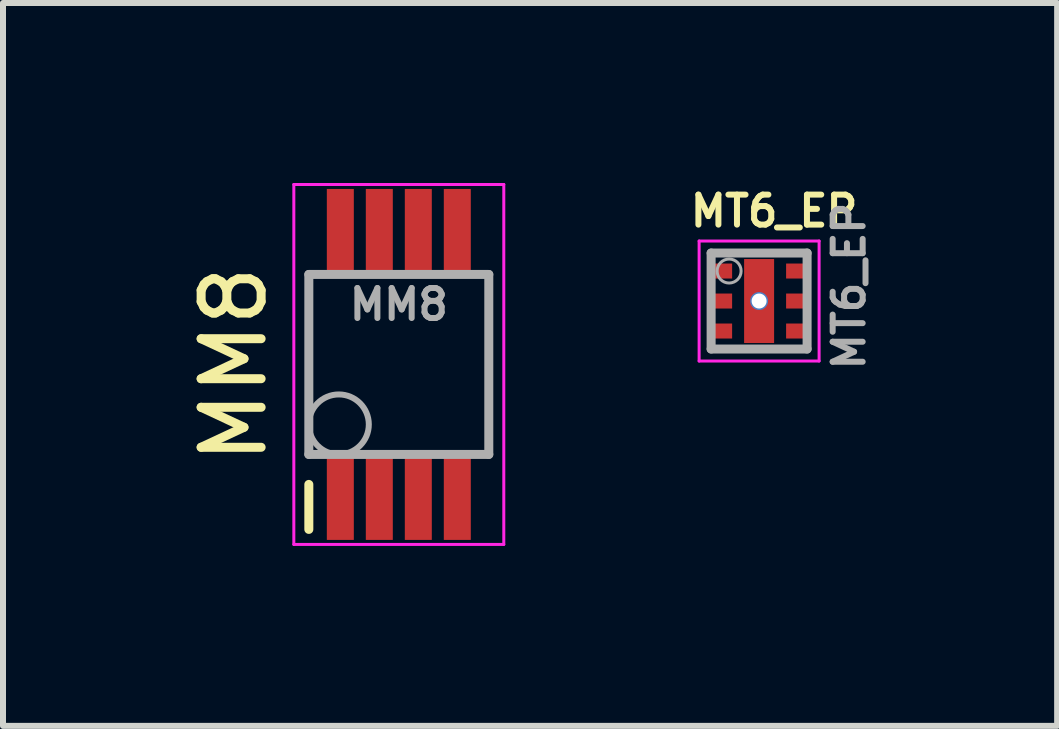
<source format=kicad_pcb>
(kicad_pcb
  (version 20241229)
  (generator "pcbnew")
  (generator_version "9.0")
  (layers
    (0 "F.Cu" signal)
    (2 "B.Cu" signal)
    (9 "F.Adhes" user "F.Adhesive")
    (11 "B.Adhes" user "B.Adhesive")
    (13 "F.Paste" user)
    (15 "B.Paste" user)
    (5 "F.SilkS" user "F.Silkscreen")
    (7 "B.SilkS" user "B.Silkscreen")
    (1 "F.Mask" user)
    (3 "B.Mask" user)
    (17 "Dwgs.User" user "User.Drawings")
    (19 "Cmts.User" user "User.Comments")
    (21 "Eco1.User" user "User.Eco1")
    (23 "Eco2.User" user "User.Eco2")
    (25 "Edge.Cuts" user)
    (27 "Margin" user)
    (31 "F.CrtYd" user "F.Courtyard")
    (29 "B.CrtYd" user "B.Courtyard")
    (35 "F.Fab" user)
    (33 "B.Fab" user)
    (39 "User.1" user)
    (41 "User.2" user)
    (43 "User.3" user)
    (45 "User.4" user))
  (footprint "MT6_EP"
    (layer "F.Cu")
    (at 9.604 1.968)
    (property "Reference" "MT6_EP" (at 0.25 -1.5 0) (layer "F.SilkS") (effects (font (size 0.5 0.5) (thickness 0.1))))
    (attr smd)
    (fp_line (start -1 -1) (end -1 1) (stroke (width 0.05) (type solid)) (layer "F.CrtYd"))
    (fp_line (start -1 -1) (end 1 -1) (stroke (width 0.05) (type solid)) (layer "F.CrtYd"))
    (fp_line (start -1 1) (end 1 1) (stroke (width 0.05) (type solid)) (layer "F.CrtYd"))
    (fp_line (start 1 -1) (end 1 1) (stroke (width 0.05) (type solid)) (layer "F.CrtYd"))
    (fp_line (start -0.8 -0.8) (end -0.8 0.8) (stroke (width 0.15) (type solid)) (layer "F.Fab"))
    (fp_line (start -0.8 0.8) (end 0.8 0.8) (stroke (width 0.15) (type solid)) (layer "F.Fab"))
    (fp_line (start 0.8 -0.8) (end -0.8 -0.8) (stroke (width 0.15) (type solid)) (layer "F.Fab"))
    (fp_line (start 0.8 0.8) (end 0.8 -0.8) (stroke (width 0.15) (type solid)) (layer "F.Fab"))
    (fp_circle (center -0.5 -0.5) (end -0.3 -0.5) (stroke (width 0.05) (type solid)) (fill no) (layer "F.Fab"))
    (fp_text user "${REFERENCE}" (at 1.5 -0.25 90) (layer "F.Fab") (effects (font (size 0.5 0.5) (thickness 0.1))))
    (pad "" smd rect (at 0 -0.4) (size 0.3 0.4) (layers "F.Paste"))
    (pad "" smd rect (at 0 0.4) (size 0.3 0.4) (layers "F.Paste"))
    (pad "1" smd rect (at -0.65 -0.5) (size 0.4 0.25) (layers "F.Cu" "F.Mask" "F.Paste"))
    (pad "2" smd rect (at -0.65 0) (size 0.4 0.25) (layers "F.Cu" "F.Mask" "F.Paste"))
    (pad "3" smd rect (at -0.65 0.5) (size 0.4 0.25) (layers "F.Cu" "F.Mask" "F.Paste"))
    (pad "4" smd rect (at 0.65 0.5) (size 0.4 0.25) (layers "F.Cu" "F.Mask" "F.Paste"))
    (pad "5" smd rect (at 0.65 0) (size 0.4 0.25) (layers "F.Cu" "F.Mask" "F.Paste"))
    (pad "6" smd rect (at 0.65 -0.5) (size 0.4 0.25) (layers "F.Cu" "F.Mask" "F.Paste"))
    (pad "7" thru_hole circle (at 0 0) (size 0.3 0.3) (drill 0.25) (layers "*.Cu" "*.Mask"))
    (pad "7" smd rect (at 0 0) (size 0.5 1.4) (layers "F.Cu" "F.Mask")))
  (footprint "MM8"
    (layer "F.Cu")
    (at 3.598 3.025)
    (property "Reference" "MM8" (at -2.75 0 90) (layer "F.SilkS") (effects (font (size 1 1) (thickness 0.15))))
    (attr smd)
    (fp_line (start -1.5 2.75) (end -1.5 2) (stroke (width 0.15) (type solid)) (layer "F.SilkS"))
    (fp_line (start -1.75 -3) (end 1.75 -3) (stroke (width 0.05) (type solid)) (layer "F.CrtYd"))
    (fp_line (start -1.75 3) (end -1.75 -3) (stroke (width 0.05) (type solid)) (layer "F.CrtYd"))
    (fp_line (start -1.75 3) (end 1.75 3) (stroke (width 0.05) (type solid)) (layer "F.CrtYd"))
    (fp_line (start 1.75 3) (end 1.75 -3) (stroke (width 0.05) (type solid)) (layer "F.CrtYd"))
    (fp_line (start -1.5 -1.5) (end -1.5 1.5) (stroke (width 0.15) (type solid)) (layer "F.Fab"))
    (fp_line (start -1.5 1.5) (end 1.5 1.5) (stroke (width 0.15) (type solid)) (layer "F.Fab"))
    (fp_line (start 1.5 -1.5) (end -1.5 -1.5) (stroke (width 0.15) (type solid)) (layer "F.Fab"))
    (fp_line (start 1.5 1.5) (end 1.5 -1.5) (stroke (width 0.15) (type solid)) (layer "F.Fab"))
    (fp_circle (center -1 1) (end -1 1.5) (stroke (width 0.1) (type solid)) (fill no) (layer "F.Fab"))
    (fp_text user "${REFERENCE}" (at 0 -1 0) (layer "F.Fab") (effects (font (size 0.5 0.5) (thickness 0.1))))
    (pad "1" smd rect (at -0.975 2.2) (size 0.45 1.45) (layers "F.Cu" "F.Mask" "F.Paste"))
    (pad "2" smd rect (at -0.325 2.2) (size 0.45 1.45) (layers "F.Cu" "F.Mask" "F.Paste"))
    (pad "3" smd rect (at 0.325 2.2) (size 0.45 1.45) (layers "F.Cu" "F.Mask" "F.Paste"))
    (pad "4" smd rect (at 0.975 2.2) (size 0.45 1.45) (layers "F.Cu" "F.Mask" "F.Paste"))
    (pad "5" smd rect (at 0.975 -2.2) (size 0.45 1.45) (layers "F.Cu" "F.Mask" "F.Paste"))
    (pad "6" smd rect (at 0.325 -2.2) (size 0.45 1.45) (layers "F.Cu" "F.Mask" "F.Paste"))
    (pad "7" smd rect (at -0.325 -2.2) (size 0.45 1.45) (layers "F.Cu" "F.Mask" "F.Paste"))
    (pad "8" smd rect (at -0.975 -2.2) (size 0.45 1.45) (layers "F.Cu" "F.Mask" "F.Paste")))
  (gr_rect
    (start -3 -3)
    (end 14.572 9.05)
    (stroke (width 0.1) (type default))
    (fill no)
    (layer "Edge.Cuts")))
</source>
